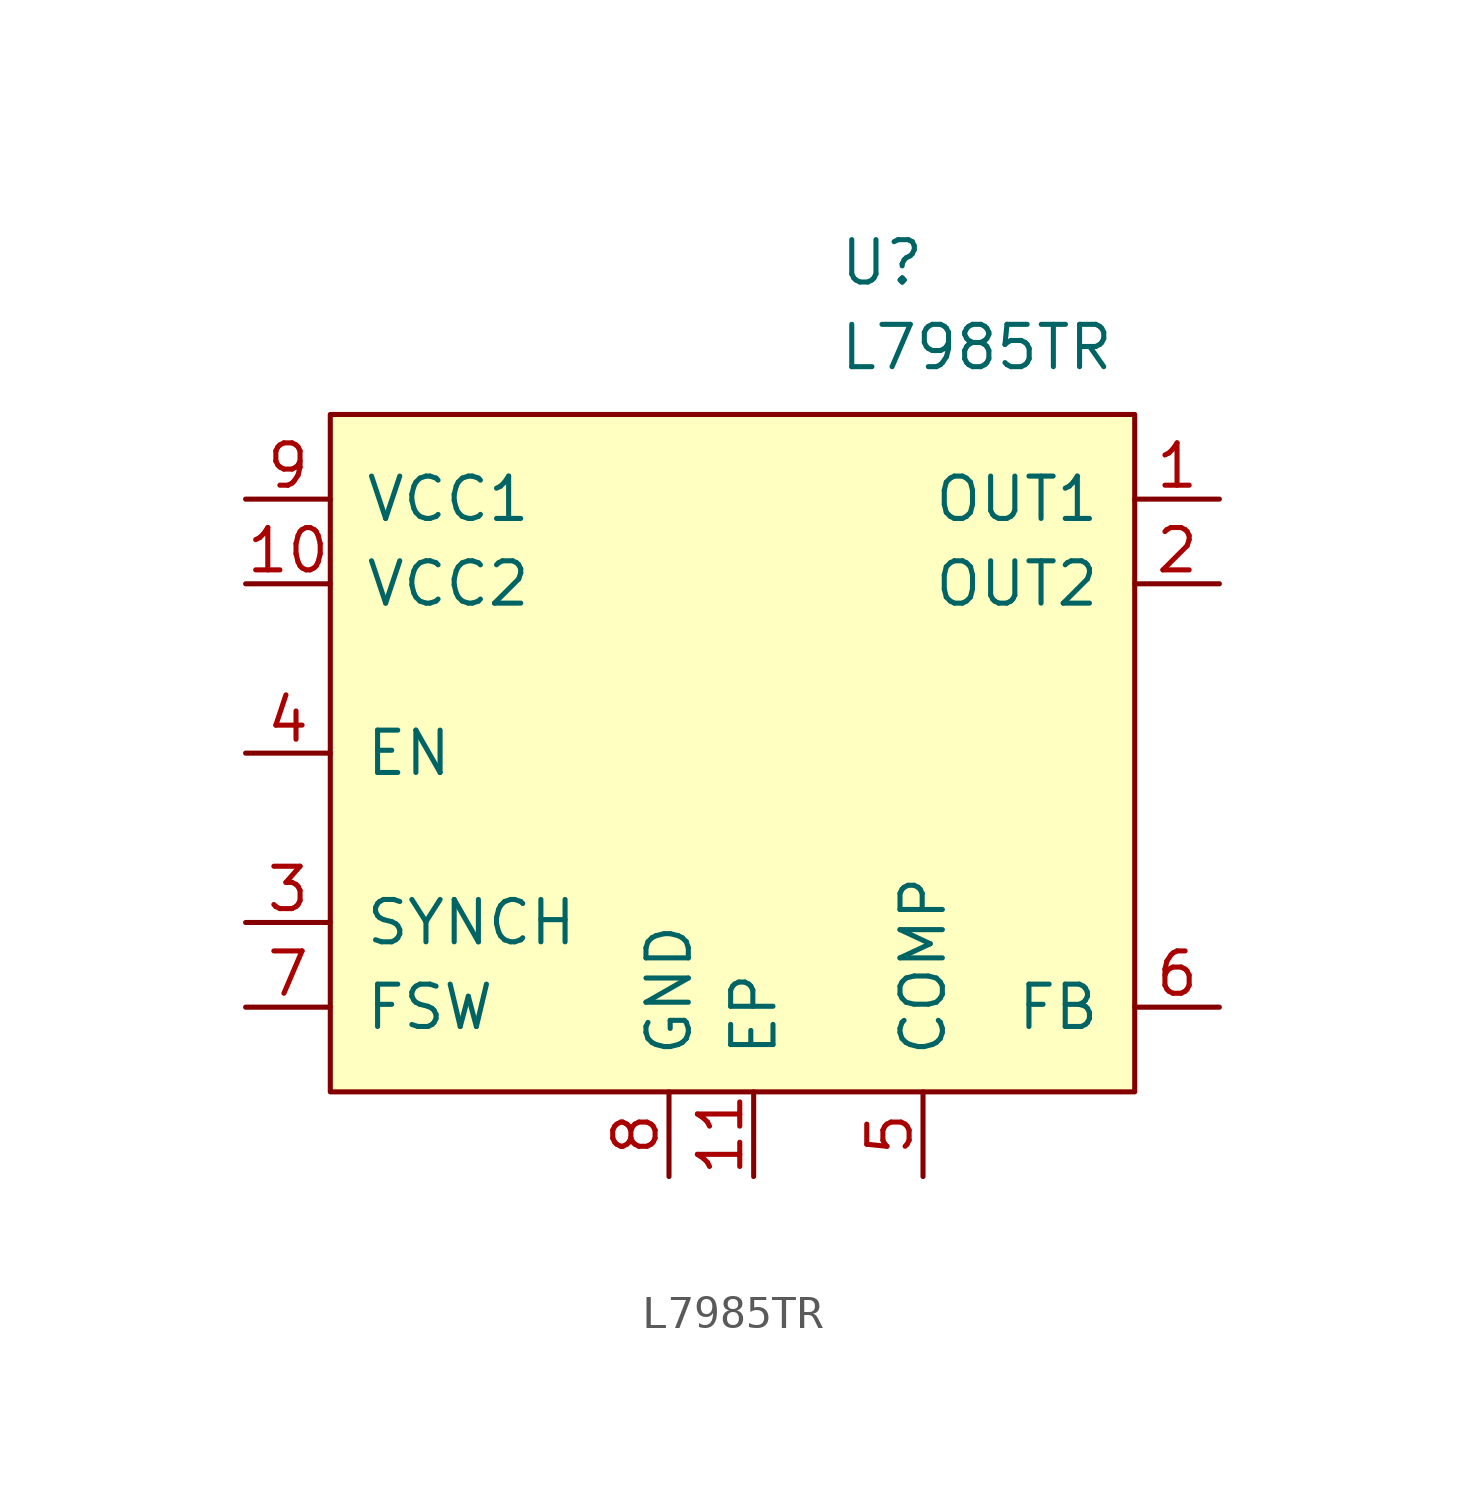
<source format=kicad_sym>
(kicad_symbol_lib
  (version 20220914)
  (generator kicad_symbol_editor)
  (symbol "L7985TR"
    (pin_names
      (offset 1.016))
    (property "Reference" "U"
      (at 3.81 3.81 0)
      (effects (font (size 1.27 1.27)) (justify left bottom)))
    (property "Value" "L7985TR"
      (at 3.81 1.27 0)
      (effects (font (size 1.27 1.27)) (justify left bottom)))
    (symbol "L7985TR_0_1"
      (rectangle (start -11.43 0) (end 12.7 -20.32) (stroke (width 0) (type solid)) (fill (type background))))
    (symbol "L7985TR_1_1"
      (pin power_out line (at 15.24 -2.54 180) (length 2.54) (name "OUT1" (effects (font (size 1.27 1.27)))) (number "1" (effects (font (size 1.27 1.27)))))
      (pin power_in line (at -13.97 -5.08 0) (length 2.54) (name "VCC2" (effects (font (size 1.27 1.27)))) (number "10" (effects (font (size 1.27 1.27)))))
      (pin input line (at 1.27 -22.86 90) (length 2.54) (name "EP" (effects (font (size 1.27 1.27)))) (number "11" (effects (font (size 1.27 1.27)))))
      (pin power_out line (at 15.24 -5.08 180) (length 2.54) (name "OUT2" (effects (font (size 1.27 1.27)))) (number "2" (effects (font (size 1.27 1.27)))))
      (pin passive line (at -13.97 -15.24 0) (length 2.54) (name "SYNCH" (effects (font (size 1.27 1.27)))) (number "3" (effects (font (size 1.27 1.27)))))
      (pin input line (at -13.97 -10.16 0) (length 2.54) (name "EN" (effects (font (size 1.27 1.27)))) (number "4" (effects (font (size 1.27 1.27)))))
      (pin passive line (at 6.35 -22.86 90) (length 2.54) (name "COMP" (effects (font (size 1.27 1.27)))) (number "5" (effects (font (size 1.27 1.27)))))
      (pin passive line (at 15.24 -17.78 180) (length 2.54) (name "FB" (effects (font (size 1.27 1.27)))) (number "6" (effects (font (size 1.27 1.27)))))
      (pin passive line (at -13.97 -17.78 0) (length 2.54) (name "FSW" (effects (font (size 1.27 1.27)))) (number "7" (effects (font (size 1.27 1.27)))))
      (pin power_in line (at -1.27 -22.86 90) (length 2.54) (name "GND" (effects (font (size 1.27 1.27)))) (number "8" (effects (font (size 1.27 1.27)))))
      (pin power_in line (at -13.97 -2.54 0) (length 2.54) (name "VCC1" (effects (font (size 1.27 1.27)))) (number "9" (effects (font (size 1.27 1.27))))))))
</source>
